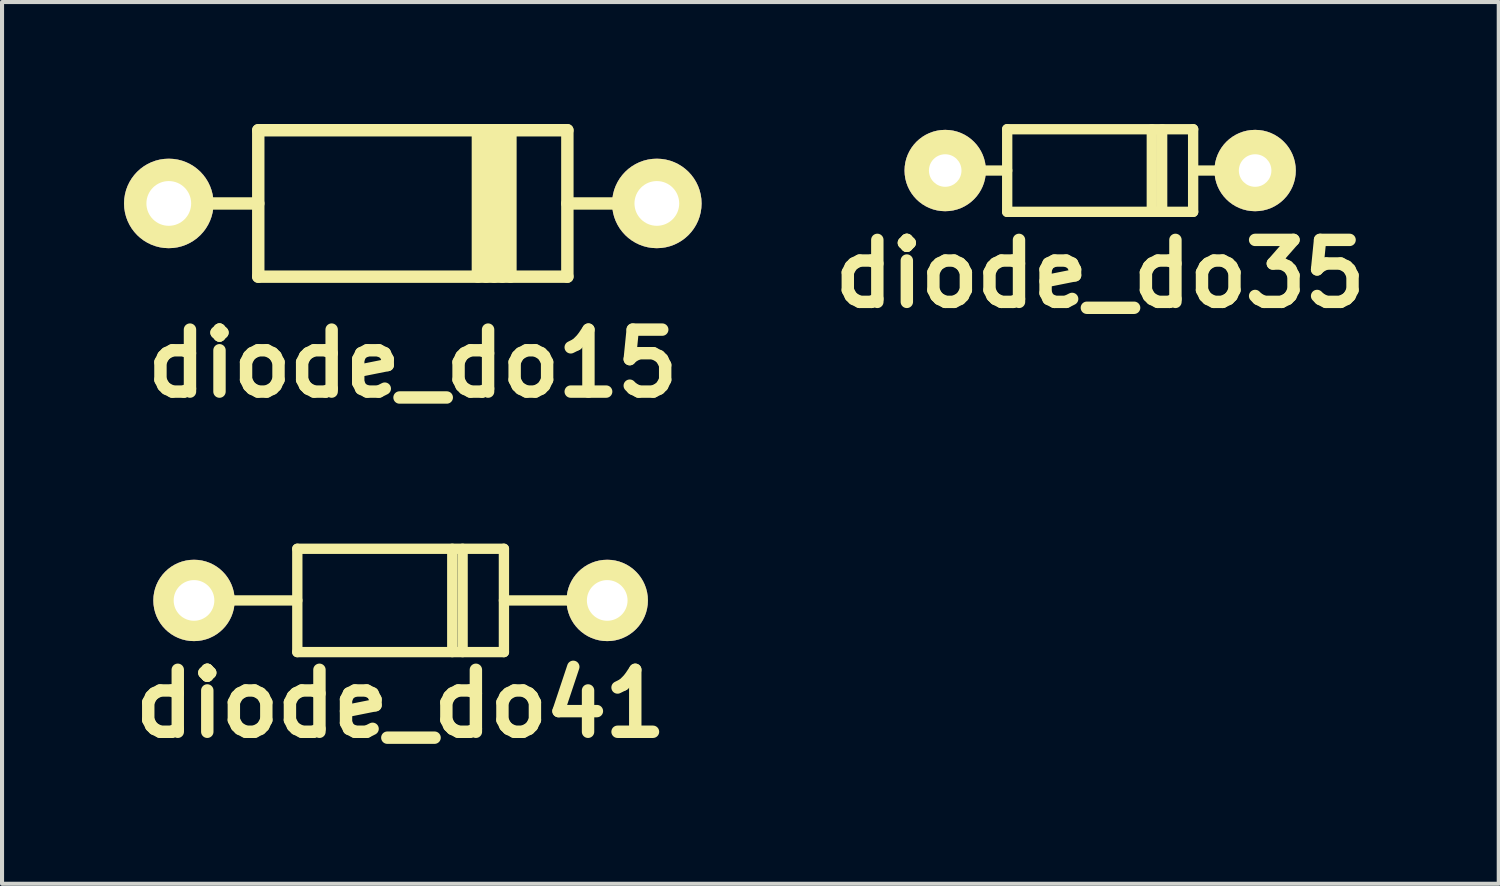
<source format=kicad_pcb>
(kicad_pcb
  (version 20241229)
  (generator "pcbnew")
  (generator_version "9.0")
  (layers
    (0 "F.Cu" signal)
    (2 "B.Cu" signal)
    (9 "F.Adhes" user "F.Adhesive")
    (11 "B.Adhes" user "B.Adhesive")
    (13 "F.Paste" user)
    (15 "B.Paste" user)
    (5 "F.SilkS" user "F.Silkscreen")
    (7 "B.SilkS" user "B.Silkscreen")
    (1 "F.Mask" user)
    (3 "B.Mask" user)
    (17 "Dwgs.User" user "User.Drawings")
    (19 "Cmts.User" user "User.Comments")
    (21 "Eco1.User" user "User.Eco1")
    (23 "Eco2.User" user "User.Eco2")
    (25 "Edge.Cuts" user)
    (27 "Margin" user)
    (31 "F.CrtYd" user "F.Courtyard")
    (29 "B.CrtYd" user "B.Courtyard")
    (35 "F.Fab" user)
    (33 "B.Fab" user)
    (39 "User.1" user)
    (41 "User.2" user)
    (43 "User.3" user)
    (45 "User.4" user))
  (footprint "diode_do15"
    (layer "F.Cu")
    (at 7.1 1.952)
    (property "Reference" "diode_do15" (at 0 3.937 0) (layer "F.SilkS") (effects (font (size 1.524 1.524) (thickness 0.305))))
    (attr through_hole)
    (fp_line (start -6 0) (end -3.8 0) (stroke (width 0.305) (type solid)) (layer "F.SilkS"))
    (fp_line (start -3.8 -1.8) (end 3.8 -1.8) (stroke (width 0.305) (type solid)) (layer "F.SilkS"))
    (fp_line (start -3.8 1.8) (end -3.8 -1.8) (stroke (width 0.305) (type solid)) (layer "F.SilkS"))
    (fp_line (start 1.6 -1.8) (end 1.6 1.8) (stroke (width 0.305) (type solid)) (layer "F.SilkS"))
    (fp_line (start 1.8 1.8) (end 1.8 -1.8) (stroke (width 0.305) (type solid)) (layer "F.SilkS"))
    (fp_line (start 2 1.8) (end 2 -1.8) (stroke (width 0.305) (type solid)) (layer "F.SilkS"))
    (fp_line (start 2.2 -1.8) (end 2.2 1.8) (stroke (width 0.305) (type solid)) (layer "F.SilkS"))
    (fp_line (start 2.4 1.8) (end 2.4 -1.8) (stroke (width 0.305) (type solid)) (layer "F.SilkS"))
    (fp_line (start 3.8 -1.8) (end 3.8 1.8) (stroke (width 0.305) (type solid)) (layer "F.SilkS"))
    (fp_line (start 3.8 1.8) (end -3.8 1.8) (stroke (width 0.305) (type solid)) (layer "F.SilkS"))
    (fp_line (start 6 0) (end 3.8 0) (stroke (width 0.305) (type solid)) (layer "F.SilkS"))
    (pad "1" thru_hole circle (at -6 0) (size 2.2 2.2) (drill 1.1) (layers "*.Cu" "*.Mask" "F.SilkS"))
    (pad "2" thru_hole circle (at 6 0) (size 2.2 2.2) (drill 1.1) (layers "*.Cu" "*.Mask" "F.SilkS")))
  (footprint "diode_do35"
    (layer "F.Cu")
    (at 24 1.143)
    (property "Reference" "diode_do35" (at 0 2.54 0) (layer "F.SilkS") (effects (font (size 1.524 1.524) (thickness 0.305))))
    (attr through_hole)
    (fp_line (start -2.286 -1.016) (end 2.286 -1.016) (stroke (width 0.254) (type solid)) (layer "F.SilkS"))
    (fp_line (start -2.286 0) (end -3.81 0) (stroke (width 0.254) (type solid)) (layer "F.SilkS"))
    (fp_line (start -2.286 1.016) (end -2.286 -1.016) (stroke (width 0.254) (type solid)) (layer "F.SilkS"))
    (fp_line (start 1.27 -1.016) (end 1.27 1.016) (stroke (width 0.254) (type solid)) (layer "F.SilkS"))
    (fp_line (start 1.524 1.016) (end 1.524 -1.016) (stroke (width 0.254) (type solid)) (layer "F.SilkS"))
    (fp_line (start 2.286 -1.016) (end 2.286 1.016) (stroke (width 0.254) (type solid)) (layer "F.SilkS"))
    (fp_line (start 2.286 1.016) (end -2.286 1.016) (stroke (width 0.254) (type solid)) (layer "F.SilkS"))
    (fp_line (start 3.81 0) (end 2.286 0) (stroke (width 0.254) (type solid)) (layer "F.SilkS"))
    (pad "1" thru_hole circle (at -3.81 0) (size 2 2) (drill 0.8) (layers "*.Cu" "*.Mask" "F.SilkS"))
    (pad "2" thru_hole circle (at 3.81 0) (size 2 2) (drill 0.8) (layers "*.Cu" "*.Mask" "F.SilkS")))
  (footprint "diode_do41"
    (layer "F.Cu")
    (at 6.8 11.713)
    (property "Reference" "diode_do41" (at 0 2.54 0) (layer "F.SilkS") (effects (font (size 1.524 1.524) (thickness 0.305))))
    (attr through_hole)
    (fp_line (start -2.54 -1.27) (end -2.54 1.27) (stroke (width 0.254) (type solid)) (layer "F.SilkS"))
    (fp_line (start -2.54 -1.27) (end 2.54 -1.27) (stroke (width 0.254) (type solid)) (layer "F.SilkS"))
    (fp_line (start -2.54 0) (end -4.826 0) (stroke (width 0.254) (type solid)) (layer "F.SilkS"))
    (fp_line (start 1.27 -1.27) (end 1.27 1.27) (stroke (width 0.254) (type solid)) (layer "F.SilkS"))
    (fp_line (start 1.524 1.27) (end 1.524 -1.27) (stroke (width 0.254) (type solid)) (layer "F.SilkS"))
    (fp_line (start 2.54 -1.27) (end 2.54 1.27) (stroke (width 0.254) (type solid)) (layer "F.SilkS"))
    (fp_line (start 2.54 1.27) (end -2.54 1.27) (stroke (width 0.254) (type solid)) (layer "F.SilkS"))
    (fp_line (start 4.826 0) (end 2.54 0) (stroke (width 0.254) (type solid)) (layer "F.SilkS"))
    (pad "1" thru_hole circle (at -5.08 0) (size 2 2) (drill 1) (layers "*.Cu" "*.Mask" "F.SilkS"))
    (pad "2" thru_hole circle (at 5.08 0) (size 2 2) (drill 1) (layers "*.Cu" "*.Mask" "F.SilkS")))
  (gr_rect
    (start -3 -3)
    (end 33.8 18.679)
    (stroke (width 0.1) (type default))
    (fill no)
    (layer "Edge.Cuts")))
</source>
